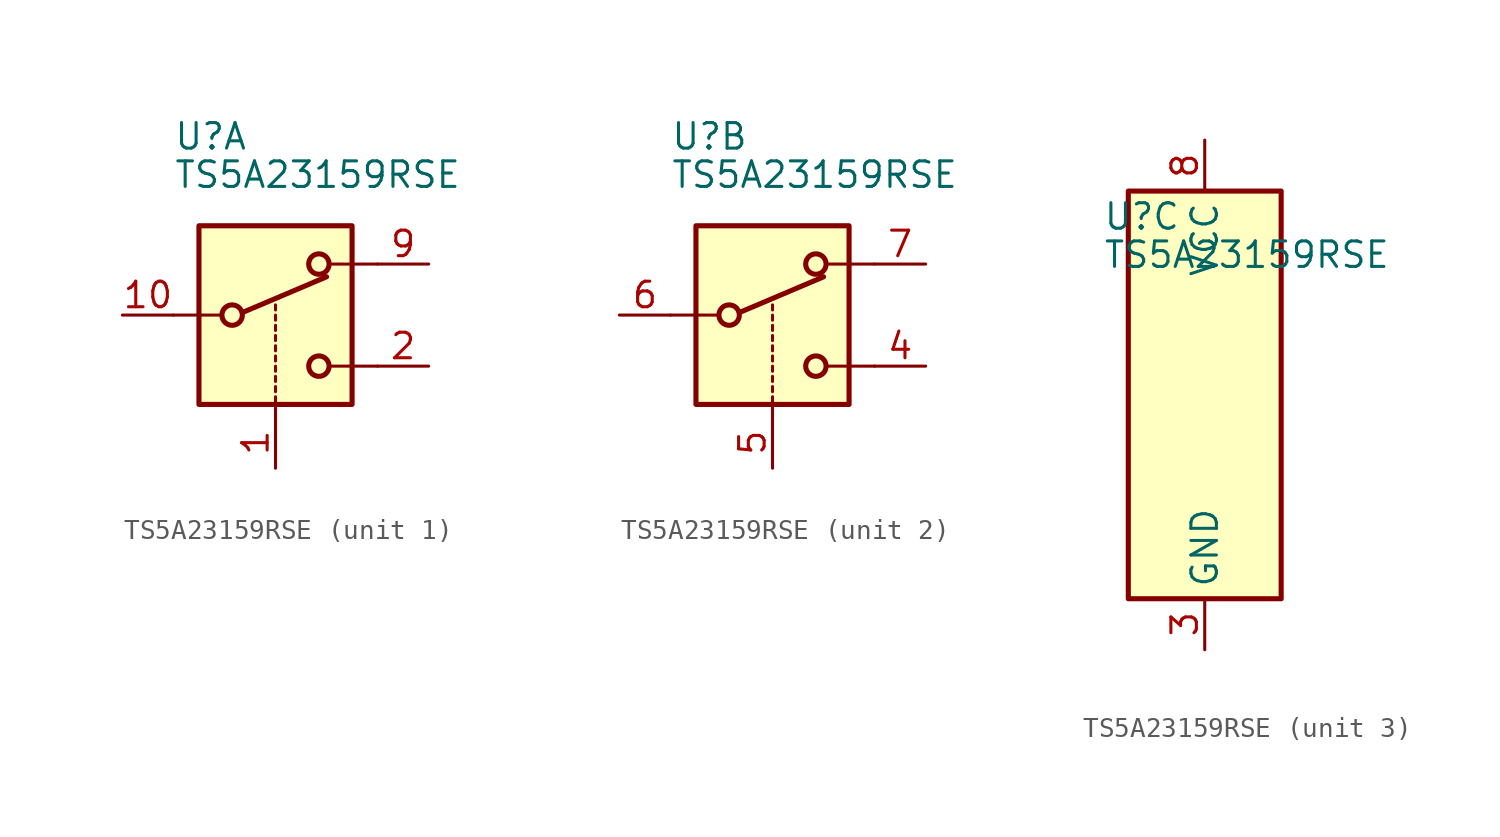
<source format=kicad_sym>
(kicad_symbol_lib
  (version 20241209)
  (generator "kicad_symbol_editor")
  (generator_version "9.0")
  (symbol "TS5A23159RSE"
    (property "Reference" "U"
      (at -5.08 8.89 0)
      (effects (font (size 1.27 1.27)) (justify left)))
    (property "Value" "TS5A23159RSE"
      (at -5.08 6.985 0)
      (effects (font (size 1.27 1.27)) (justify left)))
    (property "ki_locked" ""
      (at 0 0 0)
      (effects (font (size 1.27 1.27))))
    (symbol "TS5A23159RSE_1_1"
      (polyline (pts (xy -5.08 0) (xy -2.794 0)) (stroke (width 0) (type default)) (fill (type none)))
      (rectangle (start -3.81 4.445) (end 3.81 -4.445) (stroke (width 0.254) (type default)) (fill (type background)))
      (circle (center -2.159 0) (radius 0.508) (stroke (width 0.254) (type default)) (fill (type none)))
      (polyline (pts (xy -1.651 0.127) (xy 2.54 1.905)) (stroke (width 0.254) (type default)) (fill (type none)))
      (polyline (pts (xy 0 0.254) (xy 0 0.508)) (stroke (width 0) (type default)) (fill (type none)))
      (polyline (pts (xy 0 -0.254) (xy 0 0)) (stroke (width 0) (type default)) (fill (type none)))
      (polyline (pts (xy 0 -0.762) (xy 0 -0.508)) (stroke (width 0) (type default)) (fill (type none)))
      (polyline (pts (xy 0 -1.27) (xy 0 -1.016)) (stroke (width 0) (type default)) (fill (type none)))
      (polyline (pts (xy 0 -1.778) (xy 0 -1.524)) (stroke (width 0) (type default)) (fill (type none)))
      (polyline (pts (xy 0 -2.286) (xy 0 -2.032)) (stroke (width 0) (type default)) (fill (type none)))
      (polyline (pts (xy 0 -2.794) (xy 0 -2.54)) (stroke (width 0) (type default)) (fill (type none)))
      (polyline (pts (xy 0 -3.302) (xy 0 -3.048)) (stroke (width 0) (type default)) (fill (type none)))
      (polyline (pts (xy 0 -3.81) (xy 0 -3.556)) (stroke (width 0) (type default)) (fill (type none)))
      (polyline (pts (xy 0 -4.318) (xy 0 -4.064)) (stroke (width 0) (type default)) (fill (type none)))
      (polyline (pts (xy 0 -5.08) (xy 0 -4.572)) (stroke (width 0) (type default)) (fill (type none)))
      (circle (center 2.159 2.54) (radius 0.508) (stroke (width 0.254) (type default)) (fill (type none)))
      (circle (center 2.159 -2.54) (radius 0.508) (stroke (width 0.254) (type default)) (fill (type none)))
      (polyline (pts (xy 5.08 2.54) (xy 2.794 2.54)) (stroke (width 0) (type default)) (fill (type none)))
      (polyline (pts (xy 5.08 -2.54) (xy 2.794 -2.54)) (stroke (width 0) (type default)) (fill (type none)))
      (pin passive line (at -7.62 0 0) (length 2.54) (name "~" (effects (font (size 1.27 1.27)))) (number "10" (effects (font (size 1.27 1.27)))))
      (pin input line (at 0 -7.62 90) (length 2.54) (name "~" (effects (font (size 1.27 1.27)))) (number "1" (effects (font (size 1.27 1.27)))))
      (pin passive line (at 7.62 2.54 180) (length 2.54) (name "~" (effects (font (size 1.27 1.27)))) (number "9" (effects (font (size 1.27 1.27)))))
      (pin passive line (at 7.62 -2.54 180) (length 2.54) (name "~" (effects (font (size 1.27 1.27)))) (number "2" (effects (font (size 1.27 1.27))))))
    (symbol "TS5A23159RSE_2_1"
      (polyline (pts (xy -5.08 0) (xy -2.794 0)) (stroke (width 0) (type default)) (fill (type none)))
      (rectangle (start -3.81 4.445) (end 3.81 -4.445) (stroke (width 0.254) (type default)) (fill (type background)))
      (circle (center -2.159 0) (radius 0.508) (stroke (width 0.254) (type default)) (fill (type none)))
      (polyline (pts (xy -1.651 0.127) (xy 2.54 1.905)) (stroke (width 0.254) (type default)) (fill (type none)))
      (polyline (pts (xy 0 0.254) (xy 0 0.508)) (stroke (width 0) (type default)) (fill (type none)))
      (polyline (pts (xy 0 -0.254) (xy 0 0)) (stroke (width 0) (type default)) (fill (type none)))
      (polyline (pts (xy 0 -0.762) (xy 0 -0.508)) (stroke (width 0) (type default)) (fill (type none)))
      (polyline (pts (xy 0 -1.27) (xy 0 -1.016)) (stroke (width 0) (type default)) (fill (type none)))
      (polyline (pts (xy 0 -1.778) (xy 0 -1.524)) (stroke (width 0) (type default)) (fill (type none)))
      (polyline (pts (xy 0 -2.286) (xy 0 -2.032)) (stroke (width 0) (type default)) (fill (type none)))
      (polyline (pts (xy 0 -2.794) (xy 0 -2.54)) (stroke (width 0) (type default)) (fill (type none)))
      (polyline (pts (xy 0 -3.302) (xy 0 -3.048)) (stroke (width 0) (type default)) (fill (type none)))
      (polyline (pts (xy 0 -3.81) (xy 0 -3.556)) (stroke (width 0) (type default)) (fill (type none)))
      (polyline (pts (xy 0 -4.318) (xy 0 -4.064)) (stroke (width 0) (type default)) (fill (type none)))
      (polyline (pts (xy 0 -5.08) (xy 0 -4.572)) (stroke (width 0) (type default)) (fill (type none)))
      (circle (center 2.159 2.54) (radius 0.508) (stroke (width 0.254) (type default)) (fill (type none)))
      (circle (center 2.159 -2.54) (radius 0.508) (stroke (width 0.254) (type default)) (fill (type none)))
      (polyline (pts (xy 5.08 2.54) (xy 2.794 2.54)) (stroke (width 0) (type default)) (fill (type none)))
      (polyline (pts (xy 5.08 -2.54) (xy 2.794 -2.54)) (stroke (width 0) (type default)) (fill (type none)))
      (pin passive line (at -7.62 0 0) (length 2.54) (name "~" (effects (font (size 1.27 1.27)))) (number "6" (effects (font (size 1.27 1.27)))))
      (pin input line (at 0 -7.62 90) (length 2.54) (name "~" (effects (font (size 1.27 1.27)))) (number "5" (effects (font (size 1.27 1.27)))))
      (pin passive line (at 7.62 2.54 180) (length 2.54) (name "~" (effects (font (size 1.27 1.27)))) (number "7" (effects (font (size 1.27 1.27)))))
      (pin passive line (at 7.62 -2.54 180) (length 2.54) (name "~" (effects (font (size 1.27 1.27)))) (number "4" (effects (font (size 1.27 1.27))))))
    (symbol "TS5A23159RSE_3_1"
      (rectangle (start -3.81 10.16) (end 3.81 -10.16) (stroke (width 0.254) (type default)) (fill (type background)))
      (pin power_in line (at 0 12.7 270) (length 2.54) (name "VCC" (effects (font (size 1.27 1.27)))) (number "8" (effects (font (size 1.27 1.27)))))
      (pin power_in line (at 0 -12.7 90) (length 2.54) (name "GND" (effects (font (size 1.27 1.27)))) (number "3" (effects (font (size 1.27 1.27))))))))
</source>
